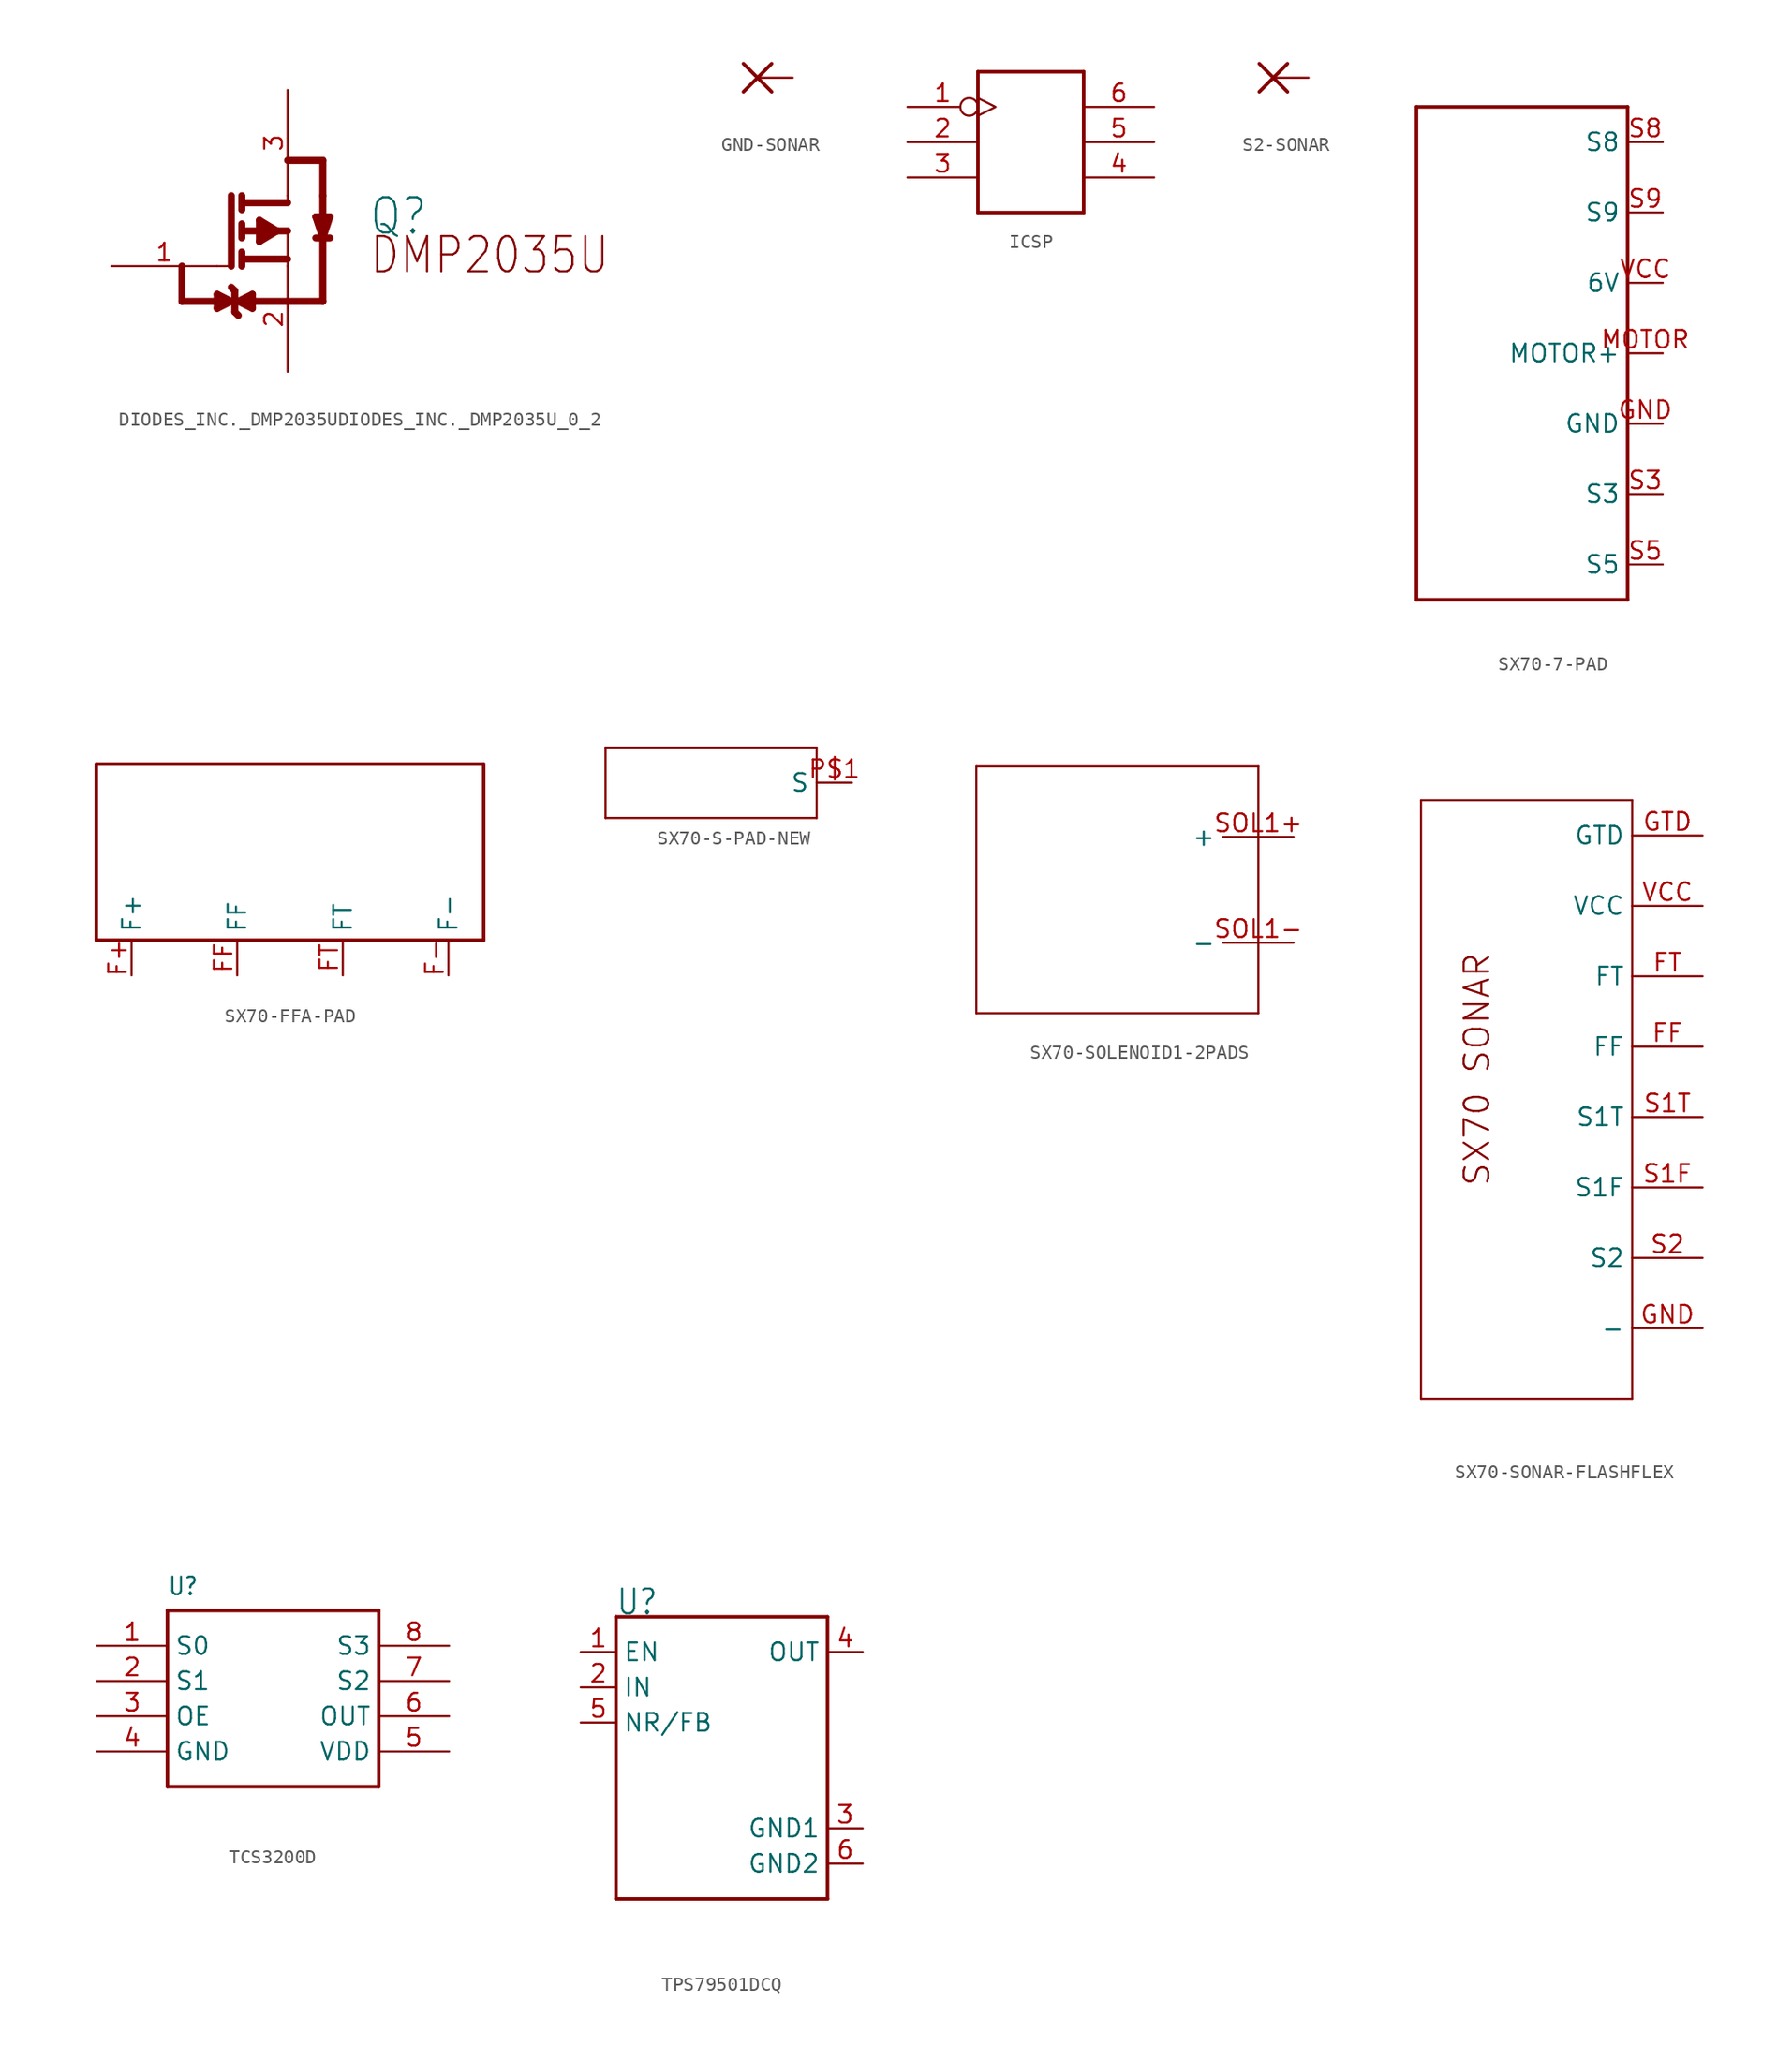
<source format=kicad_sym>
(kicad_symbol_lib
  (version 20220914)
  (generator kicad_symbol_editor)
  (symbol "DIODES_INC._DMP2035UDIODES_INC._DMP2035U_0_2"
    (property "Reference" "Q"
      (at 16.002 -7.62 0)
      (effects (font (size 2.54 2.159)) (justify left top)))
    (property "ki_locked" ""
      (at 0 0 0)
      (effects (font (size 1.27 1.27))))
    (symbol "DIODES_INC._DMP2035UDIODES_INC._DMP2035U_0_2_1_0"
      (polyline (pts (xy 2.54 -15.24) (xy 7.62 -15.24)) (stroke (width 0.508) (type solid)) (fill (type none)))
      (polyline (pts (xy 2.54 -12.7) (xy 2.54 -15.24)) (stroke (width 0.508) (type solid)) (fill (type none)))
      (polyline (pts (xy 5.08 -15.748) (xy 5.08 -15.24)) (stroke (width 0.508) (type solid)) (fill (type none)))
      (polyline (pts (xy 5.08 -15.24) (xy 5.08 -14.732)) (stroke (width 0.508) (type solid)) (fill (type none)))
      (polyline (pts (xy 5.08 -14.732) (xy 6.096 -15.24)) (stroke (width 0.508) (type solid)) (fill (type none)))
      (polyline (pts (xy 5.08 -12.7) (xy 6.096 -12.7)) (stroke (width 0.15) (type solid)) (fill (type none)))
      (polyline (pts (xy 6.096 -15.24) (xy 5.08 -15.748)) (stroke (width 0.508) (type solid)) (fill (type none)))
      (polyline (pts (xy 6.096 -12.7) (xy 6.096 -7.62)) (stroke (width 0.508) (type solid)) (fill (type none)))
      (polyline (pts (xy 6.35 -16.002) (xy 6.604 -16.256)) (stroke (width 0.508) (type solid)) (fill (type none)))
      (polyline (pts (xy 6.35 -14.478) (xy 6.096 -14.224)) (stroke (width 0.508) (type solid)) (fill (type none)))
      (polyline (pts (xy 6.35 -14.478) (xy 6.35 -16.002)) (stroke (width 0.508) (type solid)) (fill (type none)))
      (polyline (pts (xy 6.604 -15.24) (xy 7.62 -15.748)) (stroke (width 0.508) (type solid)) (fill (type none)))
      (polyline (pts (xy 6.858 -12.192) (xy 10.16 -12.192)) (stroke (width 0.508) (type solid)) (fill (type none)))
      (polyline (pts (xy 6.858 -11.684) (xy 6.858 -12.7)) (stroke (width 0.508) (type solid)) (fill (type none)))
      (polyline (pts (xy 6.858 -9.652) (xy 6.858 -10.668)) (stroke (width 0.508) (type solid)) (fill (type none)))
      (polyline (pts (xy 6.858 -8.636) (xy 6.858 -7.62)) (stroke (width 0.508) (type solid)) (fill (type none)))
      (polyline (pts (xy 6.858 -8.128) (xy 10.16 -8.128)) (stroke (width 0.508) (type solid)) (fill (type none)))
      (polyline (pts (xy 7.112 -10.16) (xy 10.16 -10.16)) (stroke (width 0.508) (type solid)) (fill (type none)))
      (polyline (pts (xy 7.62 -15.748) (xy 7.62 -14.986)) (stroke (width 0.508) (type solid)) (fill (type none)))
      (polyline (pts (xy 7.62 -15.24) (xy 7.62 -14.732)) (stroke (width 0.508) (type solid)) (fill (type none)))
      (polyline (pts (xy 7.62 -14.732) (xy 6.604 -15.24)) (stroke (width 0.508) (type solid)) (fill (type none)))
      (polyline (pts (xy 8.128 -9.398) (xy 8.128 -10.922)) (stroke (width 0.508) (type solid)) (fill (type none)))
      (polyline (pts (xy 8.382 -9.906) (xy 8.382 -10.668)) (stroke (width 0.508) (type solid)) (fill (type none)))
      (polyline (pts (xy 9.398 -10.16) (xy 8.128 -10.922)) (stroke (width 0.508) (type solid)) (fill (type none)))
      (polyline (pts (xy 9.398 -10.16) (xy 8.128 -9.398)) (stroke (width 0.508) (type solid)) (fill (type none)))
      (polyline (pts (xy 10.16 -15.24) (xy 7.62 -15.24)) (stroke (width 0.508) (type solid)) (fill (type none)))
      (polyline (pts (xy 10.16 -15.24) (xy 12.7 -15.24)) (stroke (width 0.508) (type solid)) (fill (type none)))
      (polyline (pts (xy 10.16 -12.7) (xy 10.16 -10.16)) (stroke (width 0.15) (type solid)) (fill (type none)))
      (polyline (pts (xy 10.16 -7.62) (xy 10.16 -8.128)) (stroke (width 0.15) (type solid)) (fill (type none)))
      (polyline (pts (xy 10.16 -5.08) (xy 12.7 -5.08)) (stroke (width 0.508) (type solid)) (fill (type none)))
      (polyline (pts (xy 12.192 -9.144) (xy 12.7 -10.668)) (stroke (width 0.508) (type solid)) (fill (type none)))
      (polyline (pts (xy 12.7 -15.24) (xy 12.7 -7.62)) (stroke (width 0.508) (type solid)) (fill (type none)))
      (polyline (pts (xy 12.7 -10.668) (xy 13.208 -9.144)) (stroke (width 0.508) (type solid)) (fill (type none)))
      (polyline (pts (xy 12.7 -9.144) (xy 12.192 -9.144)) (stroke (width 0.508) (type solid)) (fill (type none)))
      (polyline (pts (xy 12.7 -9.144) (xy 12.7 -9.906)) (stroke (width 0.508) (type solid)) (fill (type none)))
      (polyline (pts (xy 12.7 -5.08) (xy 12.7 -7.62)) (stroke (width 0.508) (type solid)) (fill (type none)))
      (polyline (pts (xy 13.208 -10.668) (xy 12.192 -10.668)) (stroke (width 0.508) (type solid)) (fill (type none)))
      (polyline (pts (xy 13.208 -9.144) (xy 12.7 -9.144)) (stroke (width 0.508) (type solid)) (fill (type none)))
      (text "DMP2035U" (at 16.002 -10.414 0) (effects (font (size 2.54 2.159)) (justify left top)))
      (pin passive line (at -2.54 -12.7 0) (length 7.62) (name "G" (effects (font (size 0 0)))) (number "1" (effects (font (size 1.27 1.27)))))
      (pin passive line (at 10.16 -20.32 90) (length 7.62) (name "S" (effects (font (size 0 0)))) (number "2" (effects (font (size 1.27 1.27)))))
      (pin passive line (at 10.16 0 270) (length 7.62) (name "D" (effects (font (size 0 0)))) (number "3" (effects (font (size 1.27 1.27)))))))
  (symbol "GND-SONAR"
    (property "Reference" ""
      (at -1.143 1.854 0)
      (effects (font (size 1.778 1.511)) (justify left bottom) hide))
    (property "Value" ""
      (at -1.143 -3.302 0)
      (effects (font (size 1.778 1.511)) (justify left bottom)))
    (property "ki_locked" ""
      (at 0 0 0)
      (effects (font (size 1.27 1.27))))
    (symbol "GND-SONAR_1_0"
      (polyline (pts (xy -1.016 -1.016) (xy 1.016 1.016)) (stroke (width 0.254) (type solid)) (fill (type none)))
      (polyline (pts (xy -1.016 1.016) (xy 1.016 -1.016)) (stroke (width 0.254) (type solid)) (fill (type none)))
      (pin passive line (at 2.54 0 180) (length 2.54) (name "P" (effects (font (size 0 0)))) (number "GND-SONAR" (effects (font (size 0 0)))))))
  (symbol "ICSP"
    (property "Reference" ""
      (at -6.35 6.35 0)
      (effects (font (size 1.27 1.079)) (justify left bottom) hide))
    (property "ki_locked" ""
      (at 0 0 0)
      (effects (font (size 1.27 1.27))))
    (symbol "ICSP_1_0"
      (polyline (pts (xy -3.81 -5.08) (xy -3.81 5.08)) (stroke (width 0.254) (type solid)) (fill (type none)))
      (polyline (pts (xy -3.81 5.08) (xy 3.81 5.08)) (stroke (width 0.254) (type solid)) (fill (type none)))
      (polyline (pts (xy 3.81 -5.08) (xy -3.81 -5.08)) (stroke (width 0.254) (type solid)) (fill (type none)))
      (polyline (pts (xy 3.81 5.08) (xy 3.81 -5.08)) (stroke (width 0.254) (type solid)) (fill (type none)))
      (pin bidirectional inverted_clock (at -8.89 2.54 0) (length 5.08) (name "MISO" (effects (font (size 0 0)))) (number "1" (effects (font (size 1.27 1.27)))))
      (pin bidirectional line (at -8.89 0 0) (length 5.08) (name "SCK" (effects (font (size 0 0)))) (number "2" (effects (font (size 1.27 1.27)))))
      (pin bidirectional line (at -8.89 -2.54 0) (length 5.08) (name "RST" (effects (font (size 0 0)))) (number "3" (effects (font (size 1.27 1.27)))))
      (pin bidirectional line (at 8.89 -2.54 180) (length 5.08) (name "GND" (effects (font (size 0 0)))) (number "4" (effects (font (size 1.27 1.27)))))
      (pin bidirectional line (at 8.89 0 180) (length 5.08) (name "MOSI" (effects (font (size 0 0)))) (number "5" (effects (font (size 1.27 1.27)))))
      (pin bidirectional line (at 8.89 2.54 180) (length 5.08) (name "VCC" (effects (font (size 0 0)))) (number "6" (effects (font (size 1.27 1.27)))))))
  (symbol "S2-SONAR"
    (property "Reference" ""
      (at -1.143 1.854 0)
      (effects (font (size 1.778 1.511)) (justify left bottom) hide))
    (property "Value" ""
      (at -1.143 -3.302 0)
      (effects (font (size 1.778 1.511)) (justify left bottom)))
    (property "ki_locked" ""
      (at 0 0 0)
      (effects (font (size 1.27 1.27))))
    (symbol "S2-SONAR_1_0"
      (polyline (pts (xy -1.016 -1.016) (xy 1.016 1.016)) (stroke (width 0.254) (type solid)) (fill (type none)))
      (polyline (pts (xy -1.016 1.016) (xy 1.016 -1.016)) (stroke (width 0.254) (type solid)) (fill (type none)))
      (pin passive line (at 2.54 0 180) (length 2.54) (name "P" (effects (font (size 0 0)))) (number "S2-SONAR" (effects (font (size 0 0)))))))
  (symbol "SX70-7-PAD"
    (property "Reference" ""
      (at 0 0 0)
      (effects (font (size 1.27 1.27)) hide))
    (property "ki_locked" ""
      (at 0 0 0)
      (effects (font (size 1.27 1.27))))
    (symbol "SX70-7-PAD_1_0"
      (polyline (pts (xy -7.62 -17.78) (xy 7.62 -17.78)) (stroke (width 0.254) (type solid)) (fill (type none)))
      (polyline (pts (xy -7.62 17.78) (xy -7.62 -17.78)) (stroke (width 0.254) (type solid)) (fill (type none)))
      (polyline (pts (xy 7.62 -17.78) (xy 7.62 17.78)) (stroke (width 0.254) (type solid)) (fill (type none)))
      (polyline (pts (xy 7.62 17.78) (xy -7.62 17.78)) (stroke (width 0.254) (type solid)) (fill (type none)))
      (pin bidirectional line (at 10.16 -5.08 180) (length 2.54) (name "GND" (effects (font (size 1.27 1.27)))) (number "GND" (effects (font (size 1.27 1.27)))))
      (pin bidirectional line (at 10.16 0 180) (length 2.54) (name "MOTOR+" (effects (font (size 1.27 1.27)))) (number "MOTOR" (effects (font (size 1.27 1.27)))))
      (pin bidirectional line (at 10.16 -10.16 180) (length 2.54) (name "S3" (effects (font (size 1.27 1.27)))) (number "S3" (effects (font (size 1.27 1.27)))))
      (pin bidirectional line (at 10.16 -15.24 180) (length 2.54) (name "S5" (effects (font (size 1.27 1.27)))) (number "S5" (effects (font (size 1.27 1.27)))))
      (pin bidirectional line (at 10.16 15.24 180) (length 2.54) (name "S8" (effects (font (size 1.27 1.27)))) (number "S8" (effects (font (size 1.27 1.27)))))
      (pin bidirectional line (at 10.16 10.16 180) (length 2.54) (name "S9" (effects (font (size 1.27 1.27)))) (number "S9" (effects (font (size 1.27 1.27)))))
      (pin bidirectional line (at 10.16 5.08 180) (length 2.54) (name "6V" (effects (font (size 1.27 1.27)))) (number "VCC" (effects (font (size 1.27 1.27)))))))
  (symbol "SX70-FFA-PAD"
    (property "Reference" ""
      (at 0 0 0)
      (effects (font (size 1.27 1.27)) hide))
    (property "ki_locked" ""
      (at 0 0 0)
      (effects (font (size 1.27 1.27))))
    (symbol "SX70-FFA-PAD_1_0"
      (polyline (pts (xy -15.24 -5.08) (xy -15.24 7.62)) (stroke (width 0.254) (type solid)) (fill (type none)))
      (polyline (pts (xy -15.24 7.62) (xy 12.7 7.62)) (stroke (width 0.254) (type solid)) (fill (type none)))
      (polyline (pts (xy 12.7 -5.08) (xy -15.24 -5.08)) (stroke (width 0.254) (type solid)) (fill (type none)))
      (polyline (pts (xy 12.7 7.62) (xy 12.7 -5.08)) (stroke (width 0.254) (type solid)) (fill (type none)))
      (pin bidirectional line (at -12.7 -7.62 90) (length 2.54) (name "F+" (effects (font (size 1.27 1.27)))) (number "F+" (effects (font (size 1.27 1.27)))))
      (pin bidirectional line (at 10.16 -7.62 90) (length 2.54) (name "F-" (effects (font (size 1.27 1.27)))) (number "F-" (effects (font (size 1.27 1.27)))))
      (pin bidirectional line (at -5.08 -7.62 90) (length 2.54) (name "FF" (effects (font (size 1.27 1.27)))) (number "FF" (effects (font (size 1.27 1.27)))))
      (pin bidirectional line (at 2.54 -7.62 90) (length 2.54) (name "FT" (effects (font (size 1.27 1.27)))) (number "FT" (effects (font (size 1.27 1.27)))))))
  (symbol "SX70-S-PAD-NEW"
    (property "Reference" ""
      (at -8.89 -1.016 0)
      (effects (font (size 1.778 1.511)) (justify left bottom) hide))
    (property "ki_locked" ""
      (at 0 0 0)
      (effects (font (size 1.27 1.27))))
    (symbol "SX70-S-PAD-NEW_1_0"
      (polyline (pts (xy -10.16 -2.54) (xy 5.08 -2.54)) (stroke (width 0) (type solid)) (fill (type none)))
      (polyline (pts (xy -10.16 2.54) (xy -10.16 -2.54)) (stroke (width 0) (type solid)) (fill (type none)))
      (polyline (pts (xy 5.08 -2.54) (xy 5.08 2.54)) (stroke (width 0) (type solid)) (fill (type none)))
      (polyline (pts (xy 5.08 2.54) (xy -10.16 2.54)) (stroke (width 0) (type solid)) (fill (type none)))
      (pin bidirectional line (at 7.62 0 180) (length 2.54) (name "S" (effects (font (size 1.27 1.27)))) (number "P$1" (effects (font (size 1.27 1.27)))))))
  (symbol "SX70-SOLENOID1-2PADS"
    (property "Reference" ""
      (at 0 0 0)
      (effects (font (size 1.27 1.27)) hide))
    (property "ki_locked" ""
      (at 0 0 0)
      (effects (font (size 1.27 1.27))))
    (symbol "SX70-SOLENOID1-2PADS_1_0"
      (polyline (pts (xy -10.16 -10.16) (xy 10.16 -10.16)) (stroke (width 0.152) (type solid)) (fill (type none)))
      (polyline (pts (xy -10.16 7.62) (xy -10.16 -10.16)) (stroke (width 0.152) (type solid)) (fill (type none)))
      (polyline (pts (xy -10.16 7.62) (xy 10.16 7.62)) (stroke (width 0.152) (type solid)) (fill (type none)))
      (polyline (pts (xy 10.16 7.62) (xy 10.16 -10.16)) (stroke (width 0.152) (type solid)) (fill (type none)))
      (pin bidirectional line (at 12.7 2.54 180) (length 5.08) (name "+" (effects (font (size 1.27 1.27)))) (number "SOL1+" (effects (font (size 1.27 1.27)))))
      (pin bidirectional line (at 12.7 -5.08 180) (length 5.08) (name "-" (effects (font (size 1.27 1.27)))) (number "SOL1-" (effects (font (size 1.27 1.27)))))))
  (symbol "SX70-SONAR-FLASHFLEX"
    (property "Reference" ""
      (at 0 0 0)
      (effects (font (size 1.27 1.27)) hide))
    (property "ki_locked" ""
      (at 0 0 0)
      (effects (font (size 1.27 1.27))))
    (symbol "SX70-SONAR-FLASHFLEX_1_0"
      (polyline (pts (xy -7.62 -22.86) (xy 7.62 -22.86)) (stroke (width 0) (type solid)) (fill (type none)))
      (polyline (pts (xy -7.62 20.32) (xy -7.62 -22.86)) (stroke (width 0) (type solid)) (fill (type none)))
      (polyline (pts (xy 7.62 -22.86) (xy 7.62 20.32)) (stroke (width 0) (type solid)) (fill (type none)))
      (polyline (pts (xy 7.62 20.32) (xy -7.62 20.32)) (stroke (width 0) (type solid)) (fill (type none)))
      (text "SX70 SONAR" (at -2.54 -7.62 900) (effects (font (size 1.778 1.778)) (justify left bottom)))
      (pin bidirectional line (at 12.7 2.54 180) (length 5.08) (name "FF" (effects (font (size 1.27 1.27)))) (number "FF" (effects (font (size 1.27 1.27)))))
      (pin bidirectional line (at 12.7 7.62 180) (length 5.08) (name "FT" (effects (font (size 1.27 1.27)))) (number "FT" (effects (font (size 1.27 1.27)))))
      (pin bidirectional line (at 12.7 -17.78 180) (length 5.08) (name "-" (effects (font (size 1.27 1.27)))) (number "GND" (effects (font (size 1.27 1.27)))))
      (pin bidirectional line (at 12.7 17.78 180) (length 5.08) (name "GTD" (effects (font (size 1.27 1.27)))) (number "GTD" (effects (font (size 1.27 1.27)))))
      (pin bidirectional line (at 12.7 -7.62 180) (length 5.08) (name "S1F" (effects (font (size 1.27 1.27)))) (number "S1F" (effects (font (size 1.27 1.27)))))
      (pin bidirectional line (at 12.7 -2.54 180) (length 5.08) (name "S1T" (effects (font (size 1.27 1.27)))) (number "S1T" (effects (font (size 1.27 1.27)))))
      (pin bidirectional line (at 12.7 -12.7 180) (length 5.08) (name "S2" (effects (font (size 1.27 1.27)))) (number "S2" (effects (font (size 1.27 1.27)))))
      (pin bidirectional line (at 12.7 12.7 180) (length 5.08) (name "VCC" (effects (font (size 1.27 1.27)))) (number "VCC" (effects (font (size 1.27 1.27)))))))
  (symbol "TCS3200D"
    (property "Reference" "U"
      (at -5.081 8.638 0)
      (effects (font (size 1.27 1.08)) (justify left bottom)))
    (property "Value" ""
      (at -5.084 -7.372 0)
      (effects (font (size 1.271 1.08)) (justify left bottom)))
    (property "ki_locked" ""
      (at 0 0 0)
      (effects (font (size 1.27 1.27))))
    (symbol "TCS3200D_1_0"
      (polyline (pts (xy -5.08 -5.08) (xy -5.08 7.62)) (stroke (width 0.254) (type solid)) (fill (type none)))
      (polyline (pts (xy -5.08 7.62) (xy 10.16 7.62)) (stroke (width 0.254) (type solid)) (fill (type none)))
      (polyline (pts (xy 10.16 -5.08) (xy -5.08 -5.08)) (stroke (width 0.254) (type solid)) (fill (type none)))
      (polyline (pts (xy 10.16 7.62) (xy 10.16 -5.08)) (stroke (width 0.254) (type solid)) (fill (type none)))
      (pin bidirectional line (at -10.16 5.08 0) (length 5.08) (name "S0" (effects (font (size 1.27 1.27)))) (number "1" (effects (font (size 1.27 1.27)))))
      (pin bidirectional line (at -10.16 2.54 0) (length 5.08) (name "S1" (effects (font (size 1.27 1.27)))) (number "2" (effects (font (size 1.27 1.27)))))
      (pin bidirectional line (at -10.16 0 0) (length 5.08) (name "OE" (effects (font (size 1.27 1.27)))) (number "3" (effects (font (size 1.27 1.27)))))
      (pin bidirectional line (at -10.16 -2.54 0) (length 5.08) (name "GND" (effects (font (size 1.27 1.27)))) (number "4" (effects (font (size 1.27 1.27)))))
      (pin bidirectional line (at 15.24 -2.54 180) (length 5.08) (name "VDD" (effects (font (size 1.27 1.27)))) (number "5" (effects (font (size 1.27 1.27)))))
      (pin bidirectional line (at 15.24 0 180) (length 5.08) (name "OUT" (effects (font (size 1.27 1.27)))) (number "6" (effects (font (size 1.27 1.27)))))
      (pin bidirectional line (at 15.24 2.54 180) (length 5.08) (name "S2" (effects (font (size 1.27 1.27)))) (number "7" (effects (font (size 1.27 1.27)))))
      (pin bidirectional line (at 15.24 5.08 180) (length 5.08) (name "S3" (effects (font (size 1.27 1.27)))) (number "8" (effects (font (size 1.27 1.27)))))))
  (symbol "TPS79501DCQ"
    (property "Reference" "U"
      (at -7.641 10.188 0)
      (effects (font (size 1.783 1.515)) (justify left bottom)))
    (property "Value" ""
      (at -7.633 -12.721 0)
      (effects (font (size 1.781 1.514)) (justify left bottom)))
    (property "ki_locked" ""
      (at 0 0 0)
      (effects (font (size 1.27 1.27))))
    (symbol "TPS79501DCQ_1_0"
      (polyline (pts (xy -7.62 -10.16) (xy -7.62 10.16)) (stroke (width 0.254) (type solid)) (fill (type none)))
      (polyline (pts (xy -7.62 10.16) (xy 7.62 10.16)) (stroke (width 0.254) (type solid)) (fill (type none)))
      (polyline (pts (xy 7.62 -10.16) (xy -7.62 -10.16)) (stroke (width 0.254) (type solid)) (fill (type none)))
      (polyline (pts (xy 7.62 10.16) (xy 7.62 -10.16)) (stroke (width 0.254) (type solid)) (fill (type none)))
      (pin input line (at -10.16 7.62 0) (length 2.54) (name "EN" (effects (font (size 1.27 1.27)))) (number "1" (effects (font (size 1.27 1.27)))))
      (pin input line (at -10.16 5.08 0) (length 2.54) (name "IN" (effects (font (size 1.27 1.27)))) (number "2" (effects (font (size 1.27 1.27)))))
      (pin power_in line (at 10.16 -5.08 180) (length 2.54) (name "GND1" (effects (font (size 1.27 1.27)))) (number "3" (effects (font (size 1.27 1.27)))))
      (pin output line (at 10.16 7.62 180) (length 2.54) (name "OUT" (effects (font (size 1.27 1.27)))) (number "4" (effects (font (size 1.27 1.27)))))
      (pin input line (at -10.16 2.54 0) (length 2.54) (name "NR/FB" (effects (font (size 1.27 1.27)))) (number "5" (effects (font (size 1.27 1.27)))))
      (pin power_in line (at 10.16 -7.62 180) (length 2.54) (name "GND2" (effects (font (size 1.27 1.27)))) (number "6" (effects (font (size 1.27 1.27))))))))
</source>
